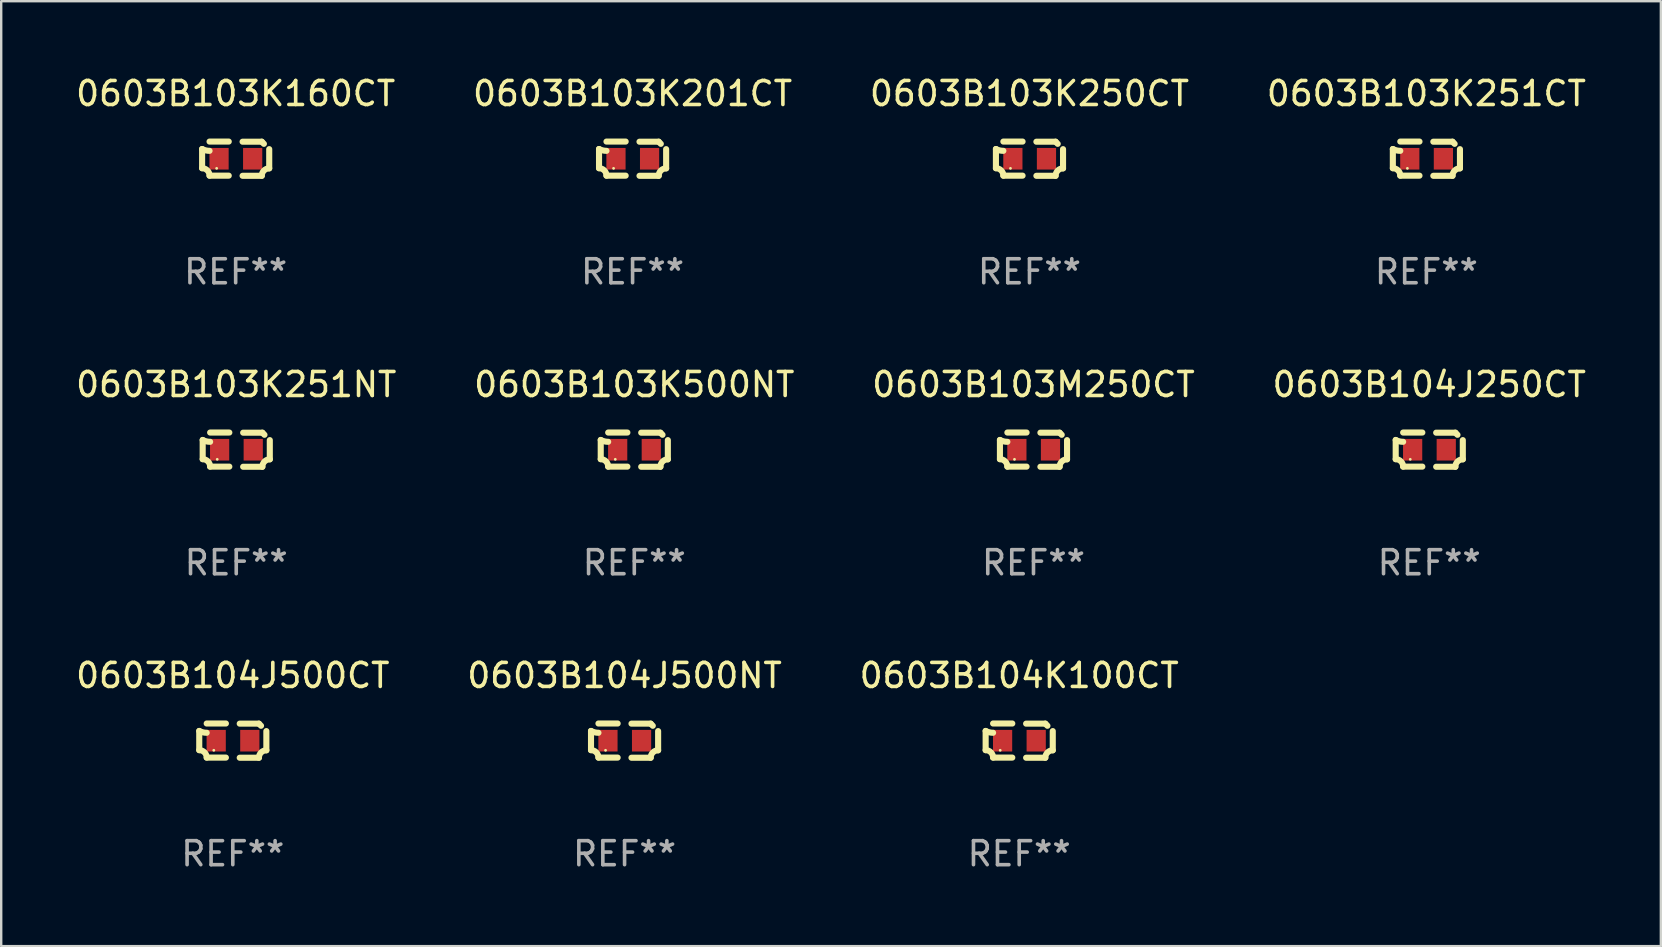
<source format=kicad_pcb>
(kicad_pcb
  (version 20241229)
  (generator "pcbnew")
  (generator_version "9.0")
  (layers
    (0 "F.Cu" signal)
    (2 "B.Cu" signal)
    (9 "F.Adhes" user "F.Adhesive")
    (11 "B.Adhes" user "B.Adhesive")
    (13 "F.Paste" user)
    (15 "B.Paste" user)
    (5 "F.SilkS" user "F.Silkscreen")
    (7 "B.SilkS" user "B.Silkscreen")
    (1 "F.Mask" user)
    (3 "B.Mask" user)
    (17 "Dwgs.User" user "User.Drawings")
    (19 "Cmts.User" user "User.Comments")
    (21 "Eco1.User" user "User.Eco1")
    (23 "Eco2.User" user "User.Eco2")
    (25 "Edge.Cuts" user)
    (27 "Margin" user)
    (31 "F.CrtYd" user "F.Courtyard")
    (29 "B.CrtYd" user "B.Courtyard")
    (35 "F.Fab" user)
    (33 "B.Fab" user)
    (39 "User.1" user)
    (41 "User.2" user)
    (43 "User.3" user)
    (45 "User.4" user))
  (footprint "0603B103K500NT"
    (layer "F.Cu")
    (at 23.375 15.683)
    (property "Reference" "0603B103K500NT" (at 0 -2.713 0) (layer "F.SilkS") (effects (font (size 1 1) (thickness 0.15))))
    (attr through_hole)
    (fp_line (start -1.398 -0.403) (end -1.398 0.397) (stroke (width 0.254) (type solid)) (layer "F.SilkS"))
    (fp_line (start -0.288 -0.713) (end -1.088 -0.713) (stroke (width 0.254) (type solid)) (layer "F.SilkS"))
    (fp_line (start -0.288 0.707) (end -1.088 0.707) (stroke (width 0.254) (type solid)) (layer "F.SilkS"))
    (fp_line (start 0.288 -0.707) (end 1.088 -0.707) (stroke (width 0.254) (type solid)) (layer "F.SilkS"))
    (fp_line (start 0.288 0.713) (end 1.088 0.713) (stroke (width 0.254) (type solid)) (layer "F.SilkS"))
    (fp_line (start 1.398 -0.397) (end 1.398 0.403) (stroke (width 0.254) (type solid)) (layer "F.SilkS"))
    (fp_arc (start -1.397789 0.397066) (mid -1.178701 0.487826) (end -1.08796 0.706922) (stroke (width 0.254001) (type solid)) (layer "F.SilkS"))
    (fp_arc (start -1.08796 -0.327176) (mid -1.247436 -0.346384) (end -1.39779 -0.402908) (stroke (width 0.254001) (type solid)) (layer "F.SilkS"))
    (fp_arc (start 1.087909 0.712738) (mid 1.178656 0.493655) (end 1.397739 0.402908) (stroke (width 0.254001) (type solid)) (layer "F.SilkS"))
    (fp_arc (start 1.175925 -0.618926) (mid 1.131917 -0.662923) (end 1.08791 -0.706922) (stroke (width 0.254001) (type solid)) (layer "F.SilkS"))
    (fp_circle (center -0.792 0.403) (end -0.762 0.403) (stroke (width 0.06) (type solid)) (fill no) (layer "F.SilkS"))
    (fp_text user "REF**" (at 0 4.713 0) (layer "F.Fab") (effects (font (size 1 1) (thickness 0.15))))
    (pad "1" smd rect (at -0.692 0.003) (size 0.8 0.9) (layers "F.Cu" "F.Mask" "F.Paste"))
    (pad "2" smd rect (at 0.708 0.003) (size 0.8 0.9) (layers "F.Cu" "F.Mask" "F.Paste")))
  (footprint "0603B104J500NT"
    (layer "F.Cu")
    (at 22.97 27.805)
    (property "Reference" "0603B104J500NT" (at 0 -2.713 0) (layer "F.SilkS") (effects (font (size 1 1) (thickness 0.15))))
    (attr through_hole)
    (fp_line (start -1.398 -0.403) (end -1.398 0.397) (stroke (width 0.254) (type solid)) (layer "F.SilkS"))
    (fp_line (start -0.288 -0.713) (end -1.088 -0.713) (stroke (width 0.254) (type solid)) (layer "F.SilkS"))
    (fp_line (start -0.288 0.707) (end -1.088 0.707) (stroke (width 0.254) (type solid)) (layer "F.SilkS"))
    (fp_line (start 0.288 -0.707) (end 1.088 -0.707) (stroke (width 0.254) (type solid)) (layer "F.SilkS"))
    (fp_line (start 0.288 0.713) (end 1.088 0.713) (stroke (width 0.254) (type solid)) (layer "F.SilkS"))
    (fp_line (start 1.398 -0.397) (end 1.398 0.403) (stroke (width 0.254) (type solid)) (layer "F.SilkS"))
    (fp_arc (start -1.397789 0.397066) (mid -1.178701 0.487826) (end -1.08796 0.706922) (stroke (width 0.254001) (type solid)) (layer "F.SilkS"))
    (fp_arc (start -1.08796 -0.327176) (mid -1.247436 -0.346384) (end -1.39779 -0.402908) (stroke (width 0.254001) (type solid)) (layer "F.SilkS"))
    (fp_arc (start 1.087909 0.712738) (mid 1.178656 0.493655) (end 1.397739 0.402908) (stroke (width 0.254001) (type solid)) (layer "F.SilkS"))
    (fp_arc (start 1.175925 -0.618926) (mid 1.131917 -0.662923) (end 1.08791 -0.706922) (stroke (width 0.254001) (type solid)) (layer "F.SilkS"))
    (fp_circle (center -0.792 0.403) (end -0.762 0.403) (stroke (width 0.06) (type solid)) (fill no) (layer "F.SilkS"))
    (fp_text user "REF**" (at 0 4.713 0) (layer "F.Fab") (effects (font (size 1 1) (thickness 0.15))))
    (pad "1" smd rect (at -0.692 0.003) (size 0.8 0.9) (layers "F.Cu" "F.Mask" "F.Paste"))
    (pad "2" smd rect (at 0.708 0.003) (size 0.8 0.9) (layers "F.Cu" "F.Mask" "F.Paste")))
  (footprint "0603B103K251CT"
    (layer "F.Cu")
    (at 56.375 3.561)
    (property "Reference" "0603B103K251CT" (at 0 -2.713 0) (layer "F.SilkS") (effects (font (size 1 1) (thickness 0.15))))
    (attr through_hole)
    (fp_line (start -1.398 -0.403) (end -1.398 0.397) (stroke (width 0.254) (type solid)) (layer "F.SilkS"))
    (fp_line (start -0.288 -0.713) (end -1.088 -0.713) (stroke (width 0.254) (type solid)) (layer "F.SilkS"))
    (fp_line (start -0.288 0.707) (end -1.088 0.707) (stroke (width 0.254) (type solid)) (layer "F.SilkS"))
    (fp_line (start 0.288 -0.707) (end 1.088 -0.707) (stroke (width 0.254) (type solid)) (layer "F.SilkS"))
    (fp_line (start 0.288 0.713) (end 1.088 0.713) (stroke (width 0.254) (type solid)) (layer "F.SilkS"))
    (fp_line (start 1.398 -0.397) (end 1.398 0.403) (stroke (width 0.254) (type solid)) (layer "F.SilkS"))
    (fp_arc (start -1.397789 0.397066) (mid -1.178701 0.487826) (end -1.08796 0.706922) (stroke (width 0.254001) (type solid)) (layer "F.SilkS"))
    (fp_arc (start -1.08796 -0.327176) (mid -1.247436 -0.346384) (end -1.39779 -0.402908) (stroke (width 0.254001) (type solid)) (layer "F.SilkS"))
    (fp_arc (start 1.087909 0.712738) (mid 1.178656 0.493655) (end 1.397739 0.402908) (stroke (width 0.254001) (type solid)) (layer "F.SilkS"))
    (fp_arc (start 1.175925 -0.618926) (mid 1.131917 -0.662923) (end 1.08791 -0.706922) (stroke (width 0.254001) (type solid)) (layer "F.SilkS"))
    (fp_circle (center -0.792 0.403) (end -0.762 0.403) (stroke (width 0.06) (type solid)) (fill no) (layer "F.SilkS"))
    (fp_text user "REF**" (at 0 4.713 0) (layer "F.Fab") (effects (font (size 1 1) (thickness 0.15))))
    (pad "1" smd rect (at -0.692 0.003) (size 0.8 0.9) (layers "F.Cu" "F.Mask" "F.Paste"))
    (pad "2" smd rect (at 0.708 0.003) (size 0.8 0.9) (layers "F.Cu" "F.Mask" "F.Paste")))
  (footprint "0603B104J250CT"
    (layer "F.Cu")
    (at 56.494 15.683)
    (property "Reference" "0603B104J250CT" (at 0 -2.713 0) (layer "F.SilkS") (effects (font (size 1 1) (thickness 0.15))))
    (attr through_hole)
    (fp_line (start -1.398 -0.403) (end -1.398 0.397) (stroke (width 0.254) (type solid)) (layer "F.SilkS"))
    (fp_line (start -0.288 -0.713) (end -1.088 -0.713) (stroke (width 0.254) (type solid)) (layer "F.SilkS"))
    (fp_line (start -0.288 0.707) (end -1.088 0.707) (stroke (width 0.254) (type solid)) (layer "F.SilkS"))
    (fp_line (start 0.288 -0.707) (end 1.088 -0.707) (stroke (width 0.254) (type solid)) (layer "F.SilkS"))
    (fp_line (start 0.288 0.713) (end 1.088 0.713) (stroke (width 0.254) (type solid)) (layer "F.SilkS"))
    (fp_line (start 1.398 -0.397) (end 1.398 0.403) (stroke (width 0.254) (type solid)) (layer "F.SilkS"))
    (fp_arc (start -1.397789 0.397066) (mid -1.178701 0.487826) (end -1.08796 0.706922) (stroke (width 0.254001) (type solid)) (layer "F.SilkS"))
    (fp_arc (start -1.08796 -0.327176) (mid -1.247436 -0.346384) (end -1.39779 -0.402908) (stroke (width 0.254001) (type solid)) (layer "F.SilkS"))
    (fp_arc (start 1.087909 0.712738) (mid 1.178656 0.493655) (end 1.397739 0.402908) (stroke (width 0.254001) (type solid)) (layer "F.SilkS"))
    (fp_arc (start 1.175925 -0.618926) (mid 1.131917 -0.662923) (end 1.08791 -0.706922) (stroke (width 0.254001) (type solid)) (layer "F.SilkS"))
    (fp_circle (center -0.792 0.403) (end -0.762 0.403) (stroke (width 0.06) (type solid)) (fill no) (layer "F.SilkS"))
    (fp_text user "REF**" (at 0 4.713 0) (layer "F.Fab") (effects (font (size 1 1) (thickness 0.15))))
    (pad "1" smd rect (at -0.692 0.003) (size 0.8 0.9) (layers "F.Cu" "F.Mask" "F.Paste"))
    (pad "2" smd rect (at 0.708 0.003) (size 0.8 0.9) (layers "F.Cu" "F.Mask" "F.Paste")))
  (footprint "0603B103K250CT"
    (layer "F.Cu")
    (at 39.839 3.561)
    (property "Reference" "0603B103K250CT" (at 0 -2.713 0) (layer "F.SilkS") (effects (font (size 1 1) (thickness 0.15))))
    (attr through_hole)
    (fp_line (start -1.398 -0.403) (end -1.398 0.397) (stroke (width 0.254) (type solid)) (layer "F.SilkS"))
    (fp_line (start -0.288 -0.713) (end -1.088 -0.713) (stroke (width 0.254) (type solid)) (layer "F.SilkS"))
    (fp_line (start -0.288 0.707) (end -1.088 0.707) (stroke (width 0.254) (type solid)) (layer "F.SilkS"))
    (fp_line (start 0.288 -0.707) (end 1.088 -0.707) (stroke (width 0.254) (type solid)) (layer "F.SilkS"))
    (fp_line (start 0.288 0.713) (end 1.088 0.713) (stroke (width 0.254) (type solid)) (layer "F.SilkS"))
    (fp_line (start 1.398 -0.397) (end 1.398 0.403) (stroke (width 0.254) (type solid)) (layer "F.SilkS"))
    (fp_arc (start -1.397789 0.397066) (mid -1.178701 0.487826) (end -1.08796 0.706922) (stroke (width 0.254001) (type solid)) (layer "F.SilkS"))
    (fp_arc (start -1.08796 -0.327176) (mid -1.247436 -0.346384) (end -1.39779 -0.402908) (stroke (width 0.254001) (type solid)) (layer "F.SilkS"))
    (fp_arc (start 1.087909 0.712738) (mid 1.178656 0.493655) (end 1.397739 0.402908) (stroke (width 0.254001) (type solid)) (layer "F.SilkS"))
    (fp_arc (start 1.175925 -0.618926) (mid 1.131917 -0.662923) (end 1.08791 -0.706922) (stroke (width 0.254001) (type solid)) (layer "F.SilkS"))
    (fp_circle (center -0.792 0.403) (end -0.762 0.403) (stroke (width 0.06) (type solid)) (fill no) (layer "F.SilkS"))
    (fp_text user "REF**" (at 0 4.713 0) (layer "F.Fab") (effects (font (size 1 1) (thickness 0.15))))
    (pad "1" smd rect (at -0.692 0.003) (size 0.8 0.9) (layers "F.Cu" "F.Mask" "F.Paste"))
    (pad "2" smd rect (at 0.708 0.003) (size 0.8 0.9) (layers "F.Cu" "F.Mask" "F.Paste")))
  (footprint "0603B104K100CT"
    (layer "F.Cu")
    (at 39.411 27.805)
    (property "Reference" "0603B104K100CT" (at 0 -2.713 0) (layer "F.SilkS") (effects (font (size 1 1) (thickness 0.15))))
    (attr through_hole)
    (fp_line (start -1.398 -0.403) (end -1.398 0.397) (stroke (width 0.254) (type solid)) (layer "F.SilkS"))
    (fp_line (start -0.288 -0.713) (end -1.088 -0.713) (stroke (width 0.254) (type solid)) (layer "F.SilkS"))
    (fp_line (start -0.288 0.707) (end -1.088 0.707) (stroke (width 0.254) (type solid)) (layer "F.SilkS"))
    (fp_line (start 0.288 -0.707) (end 1.088 -0.707) (stroke (width 0.254) (type solid)) (layer "F.SilkS"))
    (fp_line (start 0.288 0.713) (end 1.088 0.713) (stroke (width 0.254) (type solid)) (layer "F.SilkS"))
    (fp_line (start 1.398 -0.397) (end 1.398 0.403) (stroke (width 0.254) (type solid)) (layer "F.SilkS"))
    (fp_arc (start -1.397789 0.397066) (mid -1.178701 0.487826) (end -1.08796 0.706922) (stroke (width 0.254001) (type solid)) (layer "F.SilkS"))
    (fp_arc (start -1.08796 -0.327176) (mid -1.247436 -0.346384) (end -1.39779 -0.402908) (stroke (width 0.254001) (type solid)) (layer "F.SilkS"))
    (fp_arc (start 1.087909 0.712738) (mid 1.178656 0.493655) (end 1.397739 0.402908) (stroke (width 0.254001) (type solid)) (layer "F.SilkS"))
    (fp_arc (start 1.175925 -0.618926) (mid 1.131917 -0.662923) (end 1.08791 -0.706922) (stroke (width 0.254001) (type solid)) (layer "F.SilkS"))
    (fp_circle (center -0.792 0.403) (end -0.762 0.403) (stroke (width 0.06) (type solid)) (fill no) (layer "F.SilkS"))
    (fp_text user "REF**" (at 0 4.713 0) (layer "F.Fab") (effects (font (size 1 1) (thickness 0.15))))
    (pad "1" smd rect (at -0.692 0.003) (size 0.8 0.9) (layers "F.Cu" "F.Mask" "F.Paste"))
    (pad "2" smd rect (at 0.708 0.003) (size 0.8 0.9) (layers "F.Cu" "F.Mask" "F.Paste")))
  (footprint "0603B104J500CT"
    (layer "F.Cu")
    (at 6.649 27.805)
    (property "Reference" "0603B104J500CT" (at 0 -2.713 0) (layer "F.SilkS") (effects (font (size 1 1) (thickness 0.15))))
    (attr through_hole)
    (fp_line (start -1.398 -0.403) (end -1.398 0.397) (stroke (width 0.254) (type solid)) (layer "F.SilkS"))
    (fp_line (start -0.288 -0.713) (end -1.088 -0.713) (stroke (width 0.254) (type solid)) (layer "F.SilkS"))
    (fp_line (start -0.288 0.707) (end -1.088 0.707) (stroke (width 0.254) (type solid)) (layer "F.SilkS"))
    (fp_line (start 0.288 -0.707) (end 1.088 -0.707) (stroke (width 0.254) (type solid)) (layer "F.SilkS"))
    (fp_line (start 0.288 0.713) (end 1.088 0.713) (stroke (width 0.254) (type solid)) (layer "F.SilkS"))
    (fp_line (start 1.398 -0.397) (end 1.398 0.403) (stroke (width 0.254) (type solid)) (layer "F.SilkS"))
    (fp_arc (start -1.397789 0.397066) (mid -1.178701 0.487826) (end -1.08796 0.706922) (stroke (width 0.254001) (type solid)) (layer "F.SilkS"))
    (fp_arc (start -1.08796 -0.327176) (mid -1.247436 -0.346384) (end -1.39779 -0.402908) (stroke (width 0.254001) (type solid)) (layer "F.SilkS"))
    (fp_arc (start 1.087909 0.712738) (mid 1.178656 0.493655) (end 1.397739 0.402908) (stroke (width 0.254001) (type solid)) (layer "F.SilkS"))
    (fp_arc (start 1.175925 -0.618926) (mid 1.131917 -0.662923) (end 1.08791 -0.706922) (stroke (width 0.254001) (type solid)) (layer "F.SilkS"))
    (fp_circle (center -0.792 0.403) (end -0.762 0.403) (stroke (width 0.06) (type solid)) (fill no) (layer "F.SilkS"))
    (fp_text user "REF**" (at 0 4.713 0) (layer "F.Fab") (effects (font (size 1 1) (thickness 0.15))))
    (pad "1" smd rect (at -0.692 0.003) (size 0.8 0.9) (layers "F.Cu" "F.Mask" "F.Paste"))
    (pad "2" smd rect (at 0.708 0.003) (size 0.8 0.9) (layers "F.Cu" "F.Mask" "F.Paste")))
  (footprint "0603B103K160CT"
    (layer "F.Cu")
    (at 6.768 3.561)
    (property "Reference" "0603B103K160CT" (at 0 -2.713 0) (layer "F.SilkS") (effects (font (size 1 1) (thickness 0.15))))
    (attr through_hole)
    (fp_line (start -1.398 -0.403) (end -1.398 0.397) (stroke (width 0.254) (type solid)) (layer "F.SilkS"))
    (fp_line (start -0.288 -0.713) (end -1.088 -0.713) (stroke (width 0.254) (type solid)) (layer "F.SilkS"))
    (fp_line (start -0.288 0.707) (end -1.088 0.707) (stroke (width 0.254) (type solid)) (layer "F.SilkS"))
    (fp_line (start 0.288 -0.707) (end 1.088 -0.707) (stroke (width 0.254) (type solid)) (layer "F.SilkS"))
    (fp_line (start 0.288 0.713) (end 1.088 0.713) (stroke (width 0.254) (type solid)) (layer "F.SilkS"))
    (fp_line (start 1.398 -0.397) (end 1.398 0.403) (stroke (width 0.254) (type solid)) (layer "F.SilkS"))
    (fp_arc (start -1.397789 0.397066) (mid -1.178701 0.487826) (end -1.08796 0.706922) (stroke (width 0.254001) (type solid)) (layer "F.SilkS"))
    (fp_arc (start -1.08796 -0.327176) (mid -1.247436 -0.346384) (end -1.39779 -0.402908) (stroke (width 0.254001) (type solid)) (layer "F.SilkS"))
    (fp_arc (start 1.087909 0.712738) (mid 1.178656 0.493655) (end 1.397739 0.402908) (stroke (width 0.254001) (type solid)) (layer "F.SilkS"))
    (fp_arc (start 1.175925 -0.618926) (mid 1.131917 -0.662923) (end 1.08791 -0.706922) (stroke (width 0.254001) (type solid)) (layer "F.SilkS"))
    (fp_circle (center -0.792 0.403) (end -0.762 0.403) (stroke (width 0.06) (type solid)) (fill no) (layer "F.SilkS"))
    (fp_text user "REF**" (at 0 4.713 0) (layer "F.Fab") (effects (font (size 1 1) (thickness 0.15))))
    (pad "1" smd rect (at -0.692 0.003) (size 0.8 0.9) (layers "F.Cu" "F.Mask" "F.Paste"))
    (pad "2" smd rect (at 0.708 0.003) (size 0.8 0.9) (layers "F.Cu" "F.Mask" "F.Paste")))
  (footprint "0603B103K251NT"
    (layer "F.Cu")
    (at 6.792 15.683)
    (property "Reference" "0603B103K251NT" (at 0 -2.713 0) (layer "F.SilkS") (effects (font (size 1 1) (thickness 0.15))))
    (attr through_hole)
    (fp_line (start -1.398 -0.403) (end -1.398 0.397) (stroke (width 0.254) (type solid)) (layer "F.SilkS"))
    (fp_line (start -0.288 -0.713) (end -1.088 -0.713) (stroke (width 0.254) (type solid)) (layer "F.SilkS"))
    (fp_line (start -0.288 0.707) (end -1.088 0.707) (stroke (width 0.254) (type solid)) (layer "F.SilkS"))
    (fp_line (start 0.288 -0.707) (end 1.088 -0.707) (stroke (width 0.254) (type solid)) (layer "F.SilkS"))
    (fp_line (start 0.288 0.713) (end 1.088 0.713) (stroke (width 0.254) (type solid)) (layer "F.SilkS"))
    (fp_line (start 1.398 -0.397) (end 1.398 0.403) (stroke (width 0.254) (type solid)) (layer "F.SilkS"))
    (fp_arc (start -1.397789 0.397066) (mid -1.178701 0.487826) (end -1.08796 0.706922) (stroke (width 0.254001) (type solid)) (layer "F.SilkS"))
    (fp_arc (start -1.08796 -0.327176) (mid -1.247436 -0.346384) (end -1.39779 -0.402908) (stroke (width 0.254001) (type solid)) (layer "F.SilkS"))
    (fp_arc (start 1.087909 0.712738) (mid 1.178656 0.493655) (end 1.397739 0.402908) (stroke (width 0.254001) (type solid)) (layer "F.SilkS"))
    (fp_arc (start 1.175925 -0.618926) (mid 1.131917 -0.662923) (end 1.08791 -0.706922) (stroke (width 0.254001) (type solid)) (layer "F.SilkS"))
    (fp_circle (center -0.792 0.403) (end -0.762 0.403) (stroke (width 0.06) (type solid)) (fill no) (layer "F.SilkS"))
    (fp_text user "REF**" (at 0 4.713 0) (layer "F.Fab") (effects (font (size 1 1) (thickness 0.15))))
    (pad "1" smd rect (at -0.692 0.003) (size 0.8 0.9) (layers "F.Cu" "F.Mask" "F.Paste"))
    (pad "2" smd rect (at 0.708 0.003) (size 0.8 0.9) (layers "F.Cu" "F.Mask" "F.Paste")))
  (footprint "0603B103K201CT"
    (layer "F.Cu")
    (at 23.304 3.561)
    (property "Reference" "0603B103K201CT" (at 0 -2.713 0) (layer "F.SilkS") (effects (font (size 1 1) (thickness 0.15))))
    (attr through_hole)
    (fp_line (start -1.398 -0.403) (end -1.398 0.397) (stroke (width 0.254) (type solid)) (layer "F.SilkS"))
    (fp_line (start -0.288 -0.713) (end -1.088 -0.713) (stroke (width 0.254) (type solid)) (layer "F.SilkS"))
    (fp_line (start -0.288 0.707) (end -1.088 0.707) (stroke (width 0.254) (type solid)) (layer "F.SilkS"))
    (fp_line (start 0.288 -0.707) (end 1.088 -0.707) (stroke (width 0.254) (type solid)) (layer "F.SilkS"))
    (fp_line (start 0.288 0.713) (end 1.088 0.713) (stroke (width 0.254) (type solid)) (layer "F.SilkS"))
    (fp_line (start 1.398 -0.397) (end 1.398 0.403) (stroke (width 0.254) (type solid)) (layer "F.SilkS"))
    (fp_arc (start -1.397789 0.397066) (mid -1.178701 0.487826) (end -1.08796 0.706922) (stroke (width 0.254001) (type solid)) (layer "F.SilkS"))
    (fp_arc (start -1.08796 -0.327176) (mid -1.247436 -0.346384) (end -1.39779 -0.402908) (stroke (width 0.254001) (type solid)) (layer "F.SilkS"))
    (fp_arc (start 1.087909 0.712738) (mid 1.178656 0.493655) (end 1.397739 0.402908) (stroke (width 0.254001) (type solid)) (layer "F.SilkS"))
    (fp_arc (start 1.175925 -0.618926) (mid 1.131917 -0.662923) (end 1.08791 -0.706922) (stroke (width 0.254001) (type solid)) (layer "F.SilkS"))
    (fp_circle (center -0.792 0.403) (end -0.762 0.403) (stroke (width 0.06) (type solid)) (fill no) (layer "F.SilkS"))
    (fp_text user "REF**" (at 0 4.713 0) (layer "F.Fab") (effects (font (size 1 1) (thickness 0.15))))
    (pad "1" smd rect (at -0.692 0.003) (size 0.8 0.9) (layers "F.Cu" "F.Mask" "F.Paste"))
    (pad "2" smd rect (at 0.708 0.003) (size 0.8 0.9) (layers "F.Cu" "F.Mask" "F.Paste")))
  (footprint "0603B103M250CT"
    (layer "F.Cu")
    (at 40.006 15.683)
    (property "Reference" "0603B103M250CT" (at 0 -2.713 0) (layer "F.SilkS") (effects (font (size 1 1) (thickness 0.15))))
    (attr through_hole)
    (fp_line (start -1.398 -0.403) (end -1.398 0.397) (stroke (width 0.254) (type solid)) (layer "F.SilkS"))
    (fp_line (start -0.288 -0.713) (end -1.088 -0.713) (stroke (width 0.254) (type solid)) (layer "F.SilkS"))
    (fp_line (start -0.288 0.707) (end -1.088 0.707) (stroke (width 0.254) (type solid)) (layer "F.SilkS"))
    (fp_line (start 0.288 -0.707) (end 1.088 -0.707) (stroke (width 0.254) (type solid)) (layer "F.SilkS"))
    (fp_line (start 0.288 0.713) (end 1.088 0.713) (stroke (width 0.254) (type solid)) (layer "F.SilkS"))
    (fp_line (start 1.398 -0.397) (end 1.398 0.403) (stroke (width 0.254) (type solid)) (layer "F.SilkS"))
    (fp_arc (start -1.397789 0.397066) (mid -1.178701 0.487826) (end -1.08796 0.706922) (stroke (width 0.254001) (type solid)) (layer "F.SilkS"))
    (fp_arc (start -1.08796 -0.327176) (mid -1.247436 -0.346384) (end -1.39779 -0.402908) (stroke (width 0.254001) (type solid)) (layer "F.SilkS"))
    (fp_arc (start 1.087909 0.712738) (mid 1.178656 0.493655) (end 1.397739 0.402908) (stroke (width 0.254001) (type solid)) (layer "F.SilkS"))
    (fp_arc (start 1.175925 -0.618926) (mid 1.131917 -0.662923) (end 1.08791 -0.706922) (stroke (width 0.254001) (type solid)) (layer "F.SilkS"))
    (fp_circle (center -0.792 0.403) (end -0.762 0.403) (stroke (width 0.06) (type solid)) (fill no) (layer "F.SilkS"))
    (fp_text user "REF**" (at 0 4.713 0) (layer "F.Fab") (effects (font (size 1 1) (thickness 0.15))))
    (pad "1" smd rect (at -0.692 0.003) (size 0.8 0.9) (layers "F.Cu" "F.Mask" "F.Paste"))
    (pad "2" smd rect (at 0.708 0.003) (size 0.8 0.9) (layers "F.Cu" "F.Mask" "F.Paste")))
  (gr_rect
    (start -3 -3)
    (end 66.143 36.366)
    (stroke (width 0.1) (type default))
    (fill no)
    (layer "Edge.Cuts")))
</source>
